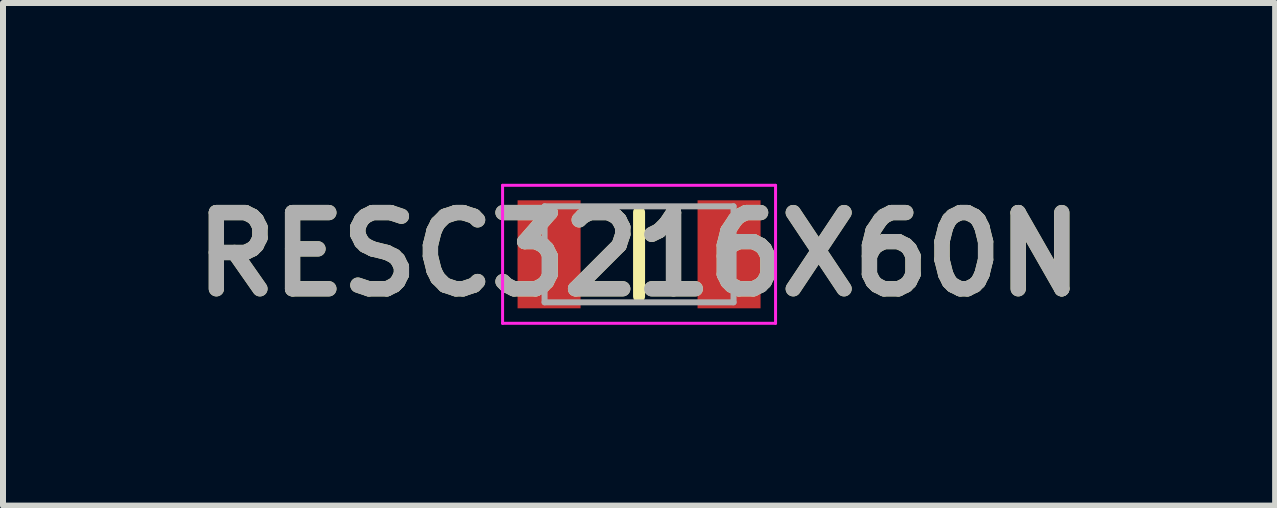
<source format=kicad_pcb>
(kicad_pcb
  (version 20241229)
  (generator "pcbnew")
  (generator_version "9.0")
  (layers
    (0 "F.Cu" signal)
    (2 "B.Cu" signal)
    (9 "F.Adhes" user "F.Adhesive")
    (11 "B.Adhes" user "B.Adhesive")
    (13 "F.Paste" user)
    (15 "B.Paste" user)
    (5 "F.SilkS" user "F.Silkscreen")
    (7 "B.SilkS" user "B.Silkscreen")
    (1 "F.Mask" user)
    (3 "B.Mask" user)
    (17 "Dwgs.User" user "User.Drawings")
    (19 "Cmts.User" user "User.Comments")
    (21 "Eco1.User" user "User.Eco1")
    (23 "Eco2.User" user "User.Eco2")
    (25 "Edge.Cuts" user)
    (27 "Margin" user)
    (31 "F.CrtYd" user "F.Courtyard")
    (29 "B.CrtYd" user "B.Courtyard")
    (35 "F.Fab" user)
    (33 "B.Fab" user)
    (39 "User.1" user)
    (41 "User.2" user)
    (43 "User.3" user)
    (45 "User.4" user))
  (footprint "RESC3216X60N"
    (layer "F.Cu")
    (at 7.602 1.189)
    (property "Reference" "RESC3216X60N" (at 0 0 0) (layer "F.SilkS") (effects (font (size 1.27 1.27) (thickness 0.254))))
    (attr smd)
    (fp_line (start 0 -0.7) (end 0 0.7) (stroke (width 0.2) (type solid)) (layer "F.SilkS"))
    (fp_line (start -2.275 -1.15) (end 2.275 -1.15) (stroke (width 0.05) (type solid)) (layer "F.CrtYd"))
    (fp_line (start -2.275 1.15) (end -2.275 -1.15) (stroke (width 0.05) (type solid)) (layer "F.CrtYd"))
    (fp_line (start 2.275 -1.15) (end 2.275 1.15) (stroke (width 0.05) (type solid)) (layer "F.CrtYd"))
    (fp_line (start 2.275 1.15) (end -2.275 1.15) (stroke (width 0.05) (type solid)) (layer "F.CrtYd"))
    (fp_line (start -1.575 -0.8) (end 1.575 -0.8) (stroke (width 0.1) (type solid)) (layer "F.Fab"))
    (fp_line (start -1.575 0.8) (end -1.575 -0.8) (stroke (width 0.1) (type solid)) (layer "F.Fab"))
    (fp_line (start 1.575 -0.8) (end 1.575 0.8) (stroke (width 0.1) (type solid)) (layer "F.Fab"))
    (fp_line (start 1.575 0.8) (end -1.575 0.8) (stroke (width 0.1) (type solid)) (layer "F.Fab"))
    (fp_text user "${REFERENCE}" (at 0 0 0) (layer "F.Fab") (effects (font (size 1.27 1.27) (thickness 0.254))))
    (pad "1" smd rect (at -1.5 0) (size 1.05 1.8) (layers "F.Cu" "F.Mask" "F.Paste"))
    (pad "2" smd rect (at 1.5 0) (size 1.05 1.8) (layers "F.Cu" "F.Mask" "F.Paste")))
  (gr_rect
    (start -3 -3)
    (end 18.204 5.377)
    (stroke (width 0.1) (type default))
    (fill no)
    (layer "Edge.Cuts")))
</source>
